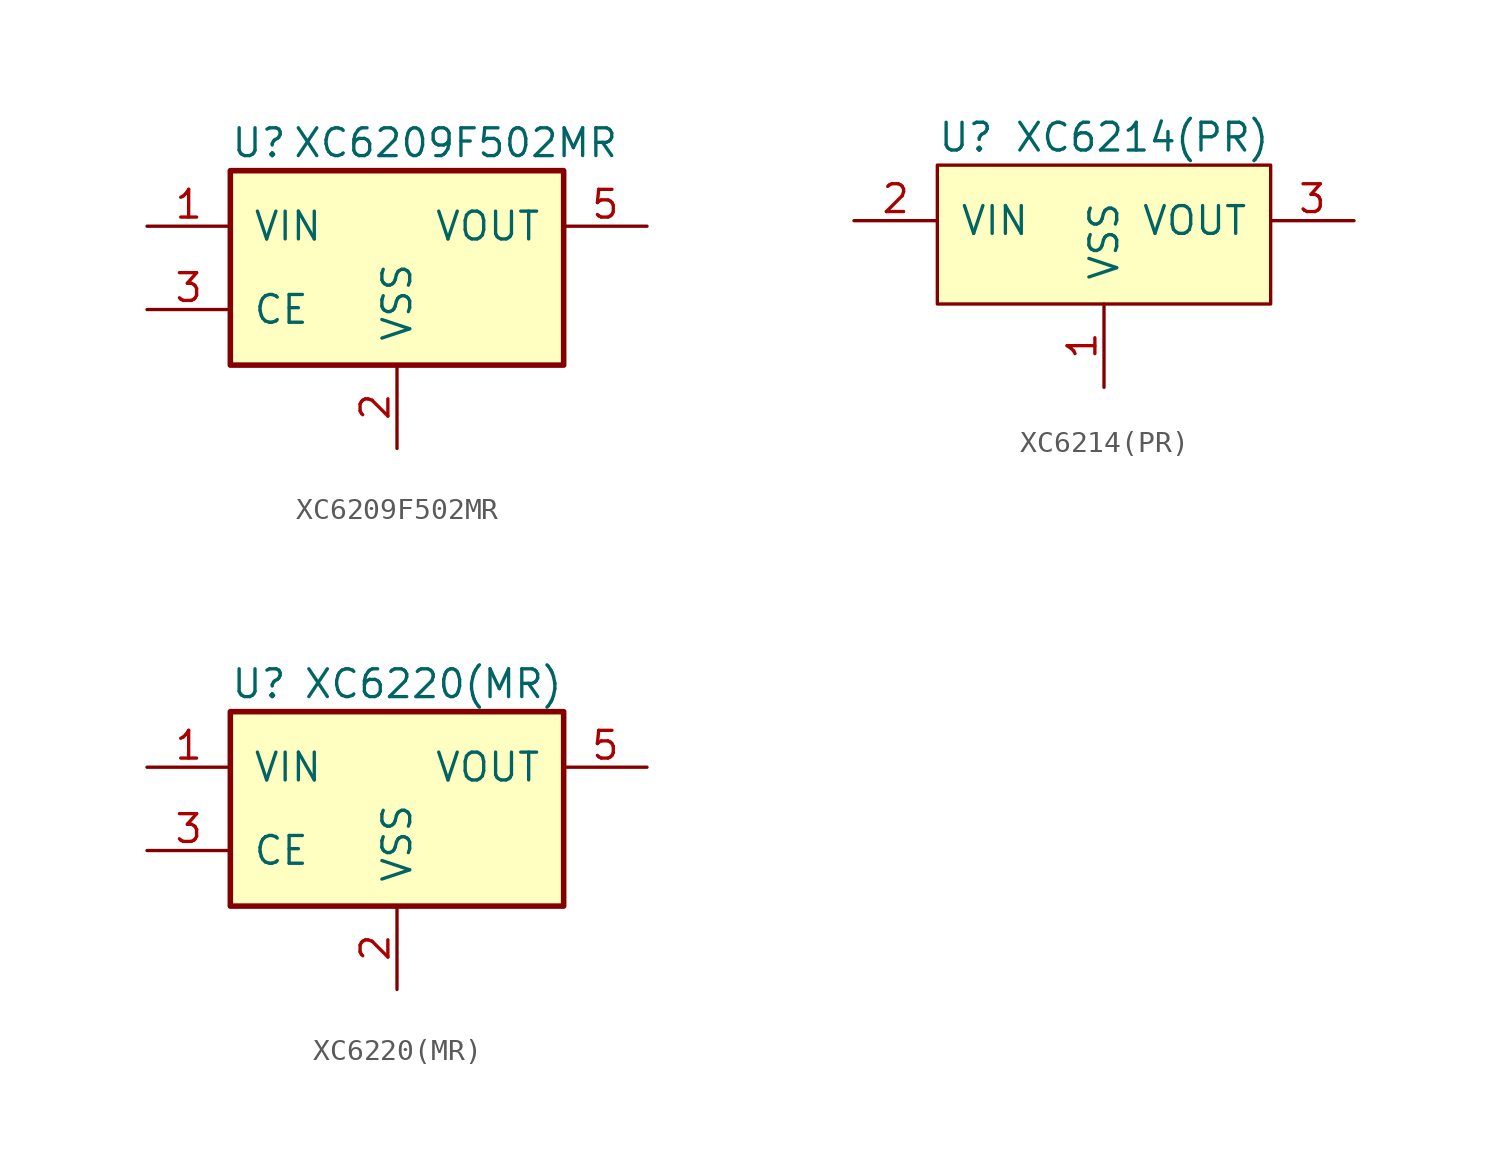
<source format=kicad_sym>
(kicad_symbol_lib
  (version 20220914)
  (generator kicad_symbol_editor)
  (symbol "XC6209F502MR"
    (pin_names
      (offset 1.016))
    (property "Reference" "U"
      (at -7.62 5.08 0)
      (effects (font (size 1.27 1.27)) (justify left)))
    (property "Value" "XC6209F502MR"
      (at 10.16 5.08 0)
      (effects (font (size 1.27 1.27)) (justify right)))
    (property "Footprint" ""
      (at 1.27 -1.27 0)
      (effects (font (size 1.524 1.524))))
    (property "Datasheet" ""
      (at 1.27 -1.27 0)
      (effects (font (size 1.524 1.524))))
    (symbol "XC6209F502MR_1_1"
      (rectangle (start 7.62 -5.08) (end -7.62 3.81) (stroke (width 0.254) (type default)) (fill (type background)))
      (pin power_in line (at -11.43 1.27 0) (length 3.81) (name "VIN" (effects (font (size 1.27 1.27)))) (number "1" (effects (font (size 1.27 1.27)))))
      (pin power_in line (at 0 -8.89 90) (length 3.81) (name "VSS" (effects (font (size 1.27 1.27)))) (number "2" (effects (font (size 1.27 1.27)))))
      (pin input line (at -11.43 -2.54 0) (length 3.81) (name "CE" (effects (font (size 1.27 1.27)))) (number "3" (effects (font (size 1.27 1.27)))))
      (pin no_connect line (at 11.43 -2.54 180) (length 3.81) hide (name "NC" (effects (font (size 1.27 1.27)))) (number "4" (effects (font (size 1.27 1.27)))))
      (pin power_out line (at 11.43 1.27 180) (length 3.81) (name "VOUT" (effects (font (size 1.27 1.27)))) (number "5" (effects (font (size 1.27 1.27)))))))
  (symbol "XC6214(PR)"
    (pin_names
      (offset 1.016))
    (property "Reference" "U"
      (at -7.62 5.08 0)
      (effects (font (size 1.27 1.27)) (justify left)))
    (property "Value" "XC6214(PR)"
      (at 7.62 5.08 0)
      (effects (font (size 1.27 1.27)) (justify right)))
    (symbol "XC6214(PR)_1_1"
      (rectangle (start 7.62 -2.54) (end -7.62 3.81) (stroke (width 0) (type default)) (fill (type background)))
      (pin power_in line (at 0 -6.35 90) (length 3.81) (name "VSS" (effects (font (size 1.27 1.27)))) (number "1" (effects (font (size 1.27 1.27)))))
      (pin power_in line (at -11.43 1.27 0) (length 3.81) (name "VIN" (effects (font (size 1.27 1.27)))) (number "2" (effects (font (size 1.27 1.27)))))
      (pin power_out line (at 11.43 1.27 180) (length 3.81) (name "VOUT" (effects (font (size 1.27 1.27)))) (number "3" (effects (font (size 1.27 1.27)))))))
  (symbol "XC6220(MR)"
    (pin_names
      (offset 1.016))
    (property "Reference" "U"
      (at -7.62 5.08 0)
      (effects (font (size 1.27 1.27)) (justify left)))
    (property "Value" "XC6220(MR)"
      (at 7.62 5.08 0)
      (effects (font (size 1.27 1.27)) (justify right)))
    (property "Footprint" ""
      (at 1.27 -1.27 0)
      (effects (font (size 1.524 1.524))))
    (property "Datasheet" ""
      (at 1.27 -1.27 0)
      (effects (font (size 1.524 1.524))))
    (symbol "XC6220(MR)_1_1"
      (rectangle (start 7.62 -5.08) (end -7.62 3.81) (stroke (width 0.254) (type default)) (fill (type background)))
      (pin power_in line (at -11.43 1.27 0) (length 3.81) (name "VIN" (effects (font (size 1.27 1.27)))) (number "1" (effects (font (size 1.27 1.27)))))
      (pin power_in line (at 0 -8.89 90) (length 3.81) (name "VSS" (effects (font (size 1.27 1.27)))) (number "2" (effects (font (size 1.27 1.27)))))
      (pin input line (at -11.43 -2.54 0) (length 3.81) (name "CE" (effects (font (size 1.27 1.27)))) (number "3" (effects (font (size 1.27 1.27)))))
      (pin no_connect line (at 11.43 -2.54 180) (length 3.81) hide (name "NC" (effects (font (size 1.27 1.27)))) (number "4" (effects (font (size 1.27 1.27)))))
      (pin power_out line (at 11.43 1.27 180) (length 3.81) (name "VOUT" (effects (font (size 1.27 1.27)))) (number "5" (effects (font (size 1.27 1.27))))))))
</source>
